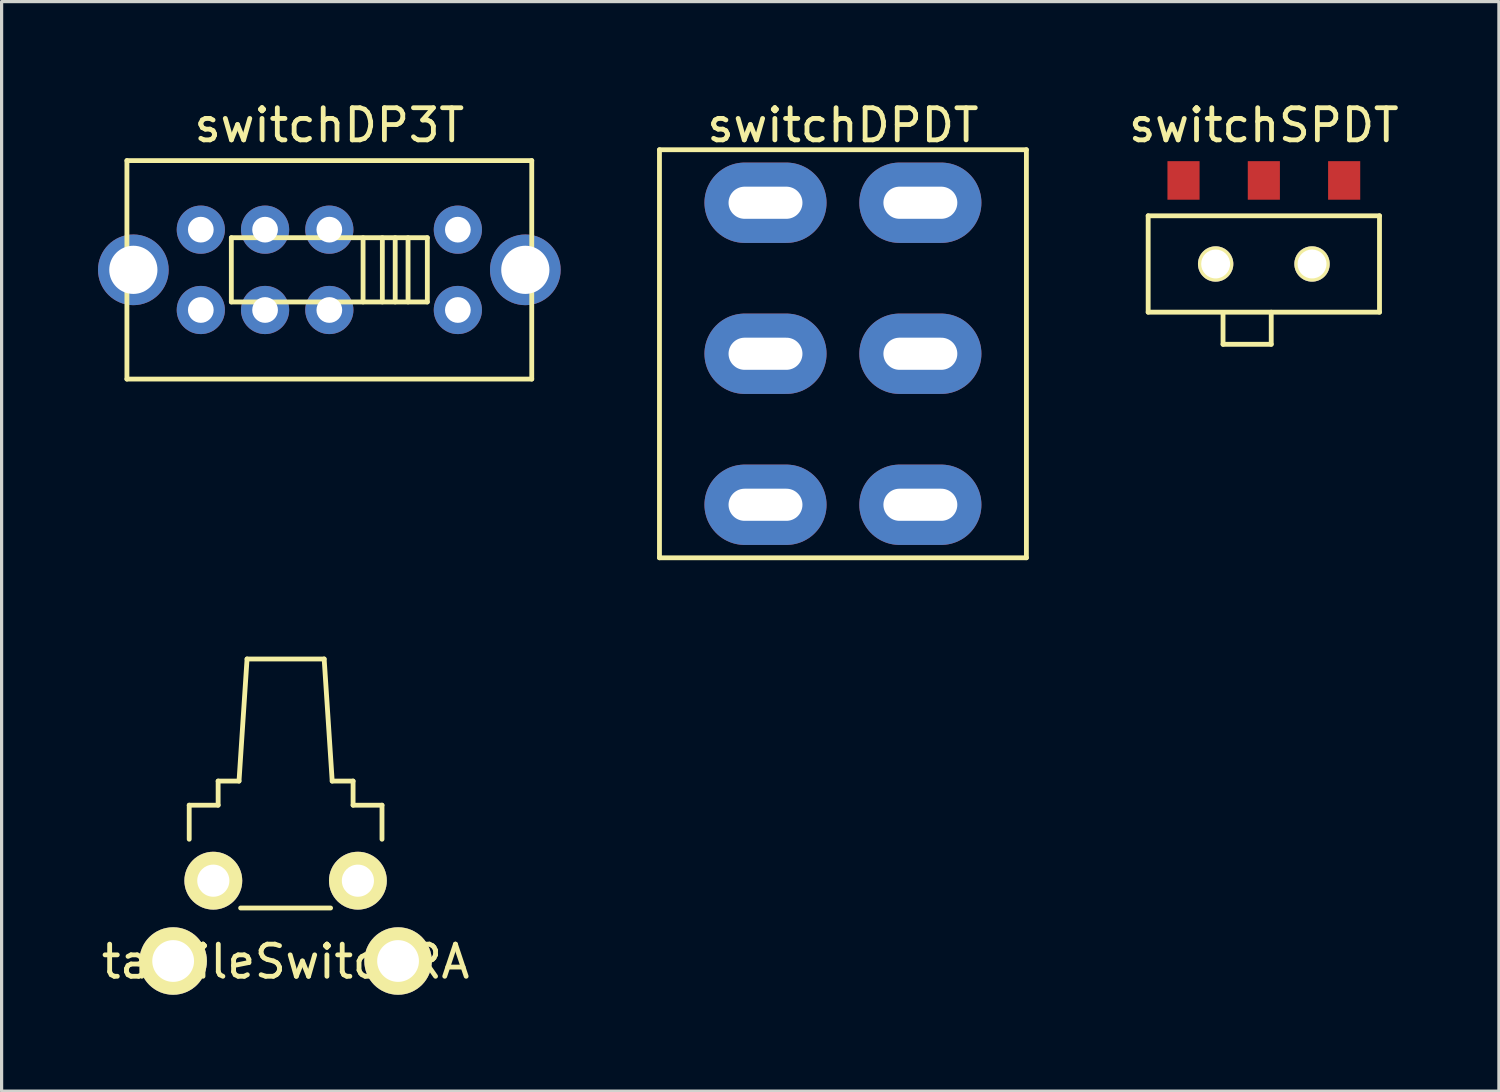
<source format=kicad_pcb>
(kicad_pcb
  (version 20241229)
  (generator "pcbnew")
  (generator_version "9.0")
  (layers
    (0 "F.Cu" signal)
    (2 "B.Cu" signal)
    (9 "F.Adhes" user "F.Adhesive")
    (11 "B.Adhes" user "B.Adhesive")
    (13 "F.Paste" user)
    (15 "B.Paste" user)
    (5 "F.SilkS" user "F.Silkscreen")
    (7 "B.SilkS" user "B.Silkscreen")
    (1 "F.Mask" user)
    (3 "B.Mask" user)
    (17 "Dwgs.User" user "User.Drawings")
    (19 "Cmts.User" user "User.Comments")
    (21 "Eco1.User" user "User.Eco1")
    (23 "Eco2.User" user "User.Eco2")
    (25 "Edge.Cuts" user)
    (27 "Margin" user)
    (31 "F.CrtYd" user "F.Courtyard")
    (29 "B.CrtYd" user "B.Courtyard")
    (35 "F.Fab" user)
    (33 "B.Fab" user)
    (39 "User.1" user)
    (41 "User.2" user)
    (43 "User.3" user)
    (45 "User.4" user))
  (footprint "switchSPDT"
    (layer "F.Cu")
    (at 36.285 5.166)
    (property "Reference" "switchSPDT" (at 0 -4.318 0) (layer "F.SilkS") (effects (font (size 1 1) (thickness 0.15))))
    (attr through_hole)
    (fp_line (start -3.6 -1.5) (end 3.6 -1.5) (stroke (width 0.15) (type solid)) (layer "F.SilkS"))
    (fp_line (start -3.6 1.5) (end -3.6 -1.5) (stroke (width 0.15) (type solid)) (layer "F.SilkS"))
    (fp_line (start -1.27 1.55) (end -1.27 2.5) (stroke (width 0.15) (type solid)) (layer "F.SilkS"))
    (fp_line (start -1.27 2.5) (end 0.23 2.5) (stroke (width 0.15) (type solid)) (layer "F.SilkS"))
    (fp_line (start 0.23 2.5) (end 0.23 1.5) (stroke (width 0.15) (type solid)) (layer "F.SilkS"))
    (fp_line (start 3.6 -1.5) (end 3.6 1.5) (stroke (width 0.15) (type solid)) (layer "F.SilkS"))
    (fp_line (start 3.6 1.5) (end -3.6 1.5) (stroke (width 0.15) (type solid)) (layer "F.SilkS"))
    (pad "" np_thru_hole circle (at -1.5 0) (size 1.1 1.1) (drill 0.9) (layers "*.Cu" "*.Mask" "F.SilkS"))
    (pad "" np_thru_hole circle (at 1.5 0) (size 1.1 1.1) (drill 0.9) (layers "*.Cu" "*.Mask" "F.SilkS"))
    (pad "1" smd rect (at -2.5 -2.6) (size 1 1.2) (layers "F.Cu" "F.Mask" "F.Paste"))
    (pad "2" smd rect (at 0 -2.6) (size 1 1.2) (layers "F.Cu" "F.Mask" "F.Paste"))
    (pad "3" smd rect (at 2.5 -2.6) (size 1 1.2) (layers "F.Cu" "F.Mask" "F.Paste")))
  (footprint "switchDP3T"
    (layer "F.Cu")
    (at 7.2 5.348)
    (property "Reference" "switchDP3T" (at 0 -4.5 0) (layer "F.SilkS") (effects (font (size 1 1) (thickness 0.15))))
    (attr through_hole)
    (fp_line (start -6.3 -3.4) (end 6.3 -3.4) (stroke (width 0.15) (type solid)) (layer "F.SilkS"))
    (fp_line (start -6.3 3.4) (end -6.3 -3.4) (stroke (width 0.15) (type solid)) (layer "F.SilkS"))
    (fp_line (start -3.05 -1) (end 3.05 -1) (stroke (width 0.15) (type solid)) (layer "F.SilkS"))
    (fp_line (start -3.05 1) (end -3.05 -1) (stroke (width 0.15) (type solid)) (layer "F.SilkS"))
    (fp_line (start 1.05 -1) (end 1.05 1) (stroke (width 0.15) (type solid)) (layer "F.SilkS"))
    (fp_line (start 1.65 -1) (end 1.65 1) (stroke (width 0.15) (type solid)) (layer "F.SilkS"))
    (fp_line (start 2.05 -1) (end 2.05 1) (stroke (width 0.15) (type solid)) (layer "F.SilkS"))
    (fp_line (start 2.45 -1) (end 2.45 1) (stroke (width 0.15) (type solid)) (layer "F.SilkS"))
    (fp_line (start 3.05 -1) (end 3.05 1) (stroke (width 0.15) (type solid)) (layer "F.SilkS"))
    (fp_line (start 3.05 1) (end -3.05 1) (stroke (width 0.15) (type solid)) (layer "F.SilkS"))
    (fp_line (start 6.3 -3.4) (end 6.3 3.4) (stroke (width 0.15) (type solid)) (layer "F.SilkS"))
    (fp_line (start 6.3 3.4) (end -6.3 3.4) (stroke (width 0.15) (type solid)) (layer "F.SilkS"))
    (pad "1" thru_hole circle (at -4 -1.25) (size 1.5 1.5) (drill 0.8) (layers "*.Cu" "*.Mask"))
    (pad "2" thru_hole circle (at -2 -1.25) (size 1.5 1.5) (drill 0.8) (layers "*.Cu" "*.Mask"))
    (pad "3" thru_hole circle (at 0 -1.25) (size 1.5 1.5) (drill 0.8) (layers "*.Cu" "*.Mask"))
    (pad "4" thru_hole circle (at 4 -1.25) (size 1.5 1.5) (drill 0.8) (layers "*.Cu" "*.Mask"))
    (pad "5" thru_hole circle (at -4 1.25) (size 1.5 1.5) (drill 0.8) (layers "*.Cu" "*.Mask"))
    (pad "6" thru_hole circle (at -2 1.25) (size 1.5 1.5) (drill 0.8) (layers "*.Cu" "*.Mask"))
    (pad "7" thru_hole circle (at 0 1.25) (size 1.5 1.5) (drill 0.8) (layers "*.Cu" "*.Mask"))
    (pad "8" thru_hole circle (at 4 1.25) (size 1.5 1.5) (drill 0.8) (layers "*.Cu" "*.Mask"))
    (pad "9" thru_hole circle (at -6.1 0) (size 2.2 2.2) (drill 1.5) (layers "*.Cu" "*.Mask"))
    (pad "9" thru_hole circle (at 6.1 0) (size 2.2 2.2) (drill 1.5) (layers "*.Cu" "*.Mask")))
  (footprint "tactileSwitchRA"
    (layer "F.Cu")
    (at 5.839 25.61)
    (property "Reference" "tactileSwitchRA" (at 0 1.27 0) (layer "F.SilkS") (effects (font (size 1 1) (thickness 0.15))))
    (attr through_hole)
    (fp_line (start -3 -3.6) (end -3 -2.54) (stroke (width 0.15) (type solid)) (layer "F.SilkS"))
    (fp_line (start -3 -3.6) (end -2.1 -3.6) (stroke (width 0.15) (type solid)) (layer "F.SilkS"))
    (fp_line (start -2.1 -4.35) (end -1.45 -4.35) (stroke (width 0.15) (type solid)) (layer "F.SilkS"))
    (fp_line (start -2.1 -3.6) (end -2.1 -4.35) (stroke (width 0.15) (type solid)) (layer "F.SilkS"))
    (fp_line (start -1.45 -4.35) (end -1.2 -8.15) (stroke (width 0.15) (type solid)) (layer "F.SilkS"))
    (fp_line (start -1.4 -0.4) (end 1.4 -0.4) (stroke (width 0.15) (type solid)) (layer "F.SilkS"))
    (fp_line (start -1.2 -8.15) (end 1.2 -8.15) (stroke (width 0.15) (type solid)) (layer "F.SilkS"))
    (fp_line (start 1.2 -8.15) (end 1.45 -4.35) (stroke (width 0.15) (type solid)) (layer "F.SilkS"))
    (fp_line (start 2.1 -4.35) (end 1.45 -4.35) (stroke (width 0.15) (type solid)) (layer "F.SilkS"))
    (fp_line (start 2.1 -3.6) (end 2.1 -4.35) (stroke (width 0.15) (type solid)) (layer "F.SilkS"))
    (fp_line (start 3 -3.6) (end 2.1 -3.6) (stroke (width 0.15) (type solid)) (layer "F.SilkS"))
    (fp_line (start 3 -2.54) (end 3 -3.6) (stroke (width 0.15) (type solid)) (layer "F.SilkS"))
    (pad "1" thru_hole circle (at -2.25 -1.25) (size 1.8 1.8) (drill 1) (layers "*.Cu" "*.Mask" "F.SilkS"))
    (pad "2" thru_hole circle (at 2.25 -1.25) (size 1.8 1.8) (drill 1) (layers "*.Cu" "*.Mask" "F.SilkS"))
    (pad "3" thru_hole circle (at -3.5 1.25) (size 2.1 2.1) (drill 1.3) (layers "*.Cu" "*.Mask" "F.SilkS"))
    (pad "4" thru_hole circle (at 3.5 1.25) (size 2.1 2.1) (drill 1.3) (layers "*.Cu" "*.Mask" "F.SilkS")))
  (footprint "switchDPDT"
    (layer "F.Cu")
    (at 23.185 7.96)
    (property "Reference" "switchDPDT" (at 0 -7.112 0) (layer "F.SilkS") (effects (font (size 1 1) (thickness 0.15))))
    (attr through_hole)
    (fp_line (start -5.71 -6.35) (end -5.71 6.35) (stroke (width 0.15) (type solid)) (layer "F.SilkS"))
    (fp_line (start -5.71 6.35) (end 5.71 6.35) (stroke (width 0.15) (type solid)) (layer "F.SilkS"))
    (fp_line (start 5.71 -6.35) (end -5.71 -6.35) (stroke (width 0.15) (type solid)) (layer "F.SilkS"))
    (fp_line (start 5.71 6.35) (end 5.71 -6.35) (stroke (width 0.15) (type solid)) (layer "F.SilkS"))
    (pad "1" thru_hole oval (at -2.41 4.7) (size 3.8 2.5) (drill oval 2.3 1) (layers "*.Cu" "*.Mask"))
    (pad "2" thru_hole oval (at -2.41 0) (size 3.8 2.5) (drill oval 2.3 1) (layers "*.Cu" "*.Mask"))
    (pad "3" thru_hole oval (at -2.41 -4.7) (size 3.8 2.5) (drill oval 2.3 1) (layers "*.Cu" "*.Mask"))
    (pad "4" thru_hole oval (at 2.41 4.7) (size 3.8 2.5) (drill oval 2.3 1) (layers "*.Cu" "*.Mask"))
    (pad "5" thru_hole oval (at 2.41 0) (size 3.8 2.5) (drill oval 2.3 1) (layers "*.Cu" "*.Mask"))
    (pad "6" thru_hole oval (at 2.41 -4.7) (size 3.8 2.5) (drill oval 2.3 1) (layers "*.Cu" "*.Mask")))
  (gr_rect
    (start -3 -3)
    (end 43.601 30.91)
    (stroke (width 0.1) (type default))
    (fill no)
    (layer "Edge.Cuts")))
</source>
